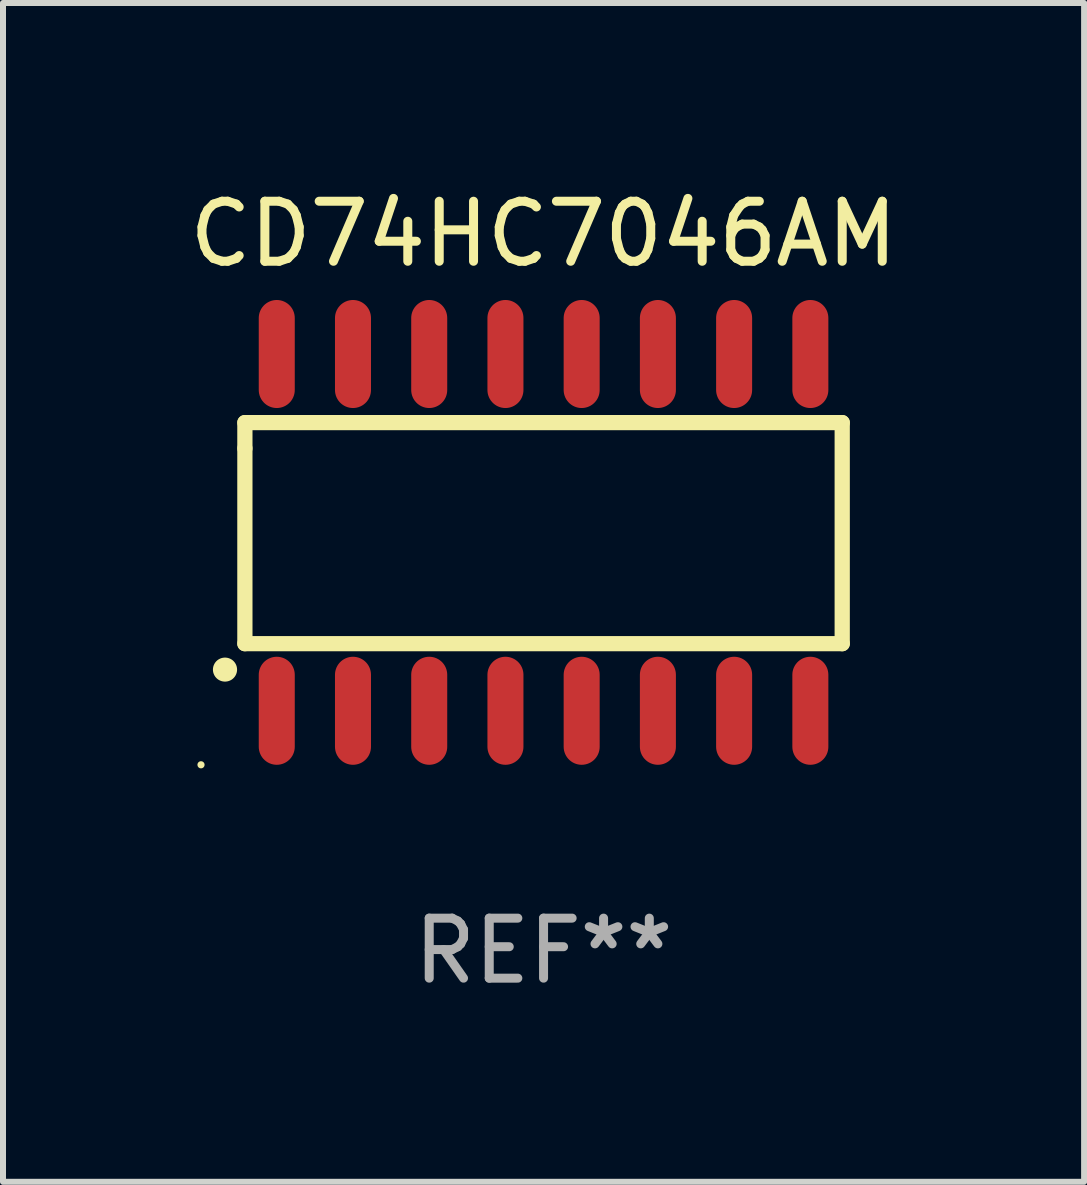
<source format=kicad_pcb>
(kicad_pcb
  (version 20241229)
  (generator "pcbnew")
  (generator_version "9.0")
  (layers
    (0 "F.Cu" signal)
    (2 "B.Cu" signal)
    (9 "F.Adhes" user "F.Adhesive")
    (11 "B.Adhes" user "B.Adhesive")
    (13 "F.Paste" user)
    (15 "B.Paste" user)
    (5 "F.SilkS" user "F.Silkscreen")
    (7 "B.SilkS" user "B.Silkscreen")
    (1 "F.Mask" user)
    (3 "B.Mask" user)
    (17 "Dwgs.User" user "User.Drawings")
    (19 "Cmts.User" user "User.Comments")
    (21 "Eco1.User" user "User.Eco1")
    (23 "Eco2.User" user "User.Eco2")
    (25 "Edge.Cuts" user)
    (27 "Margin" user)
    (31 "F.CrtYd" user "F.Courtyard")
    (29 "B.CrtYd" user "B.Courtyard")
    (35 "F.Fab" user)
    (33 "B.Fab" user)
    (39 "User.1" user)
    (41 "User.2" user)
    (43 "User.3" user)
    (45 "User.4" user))
  (footprint "CD74HC7046AM"
    (layer "F.Cu")
    (at 6.006 5.82)
    (property "Reference" "CD74HC7046AM" (at 0 -4.972 0) (layer "F.SilkS") (effects (font (size 1 1) (thickness 0.15))))
    (attr through_hole)
    (fp_line (start -4.976 -1.829) (end -4.976 -1.4) (stroke (width 0.254) (type solid)) (layer "F.SilkS"))
    (fp_line (start -4.976 -1.4) (end -4.976 1.854) (stroke (width 0.254) (type solid)) (layer "F.SilkS"))
    (fp_line (start -4.976 1.854) (end 4.976 1.854) (stroke (width 0.254) (type solid)) (layer "F.SilkS"))
    (fp_line (start 4.976 -1.829) (end -4.976 -1.829) (stroke (width 0.254) (type solid)) (layer "F.SilkS"))
    (fp_line (start 4.976 1.854) (end 4.976 -1.829) (stroke (width 0.254) (type solid)) (layer "F.SilkS"))
    (fp_arc (start -5.308611 2.286005) (mid -5.307341 2.286001) (end -5.306071 2.286005) (stroke (width 0.4) (type solid)) (layer "F.SilkS"))
    (fp_circle (center -5.707 3.872) (end -5.677 3.872) (stroke (width 0.06) (type solid)) (fill no) (layer "F.SilkS"))
    (fp_text user "REF**" (at 0 6.972 0) (layer "F.Fab") (effects (font (size 1 1) (thickness 0.15))))
    (pad "1" smd oval (at -4.445 2.972 180) (size 0.6 1.8) (layers "F.Cu" "F.Mask" "F.Paste"))
    (pad "2" smd oval (at -3.175 2.972 180) (size 0.6 1.8) (layers "F.Cu" "F.Mask" "F.Paste"))
    (pad "3" smd oval (at -1.905 2.972 180) (size 0.6 1.8) (layers "F.Cu" "F.Mask" "F.Paste"))
    (pad "4" smd oval (at -0.635 2.972 180) (size 0.6 1.8) (layers "F.Cu" "F.Mask" "F.Paste"))
    (pad "5" smd oval (at 0.635 2.972 180) (size 0.6 1.8) (layers "F.Cu" "F.Mask" "F.Paste"))
    (pad "6" smd oval (at 1.905 2.972 180) (size 0.6 1.8) (layers "F.Cu" "F.Mask" "F.Paste"))
    (pad "7" smd oval (at 3.175 2.972 180) (size 0.6 1.8) (layers "F.Cu" "F.Mask" "F.Paste"))
    (pad "8" smd oval (at 4.445 2.972 180) (size 0.6 1.8) (layers "F.Cu" "F.Mask" "F.Paste"))
    (pad "9" smd oval (at 4.445 -2.972 180) (size 0.6 1.8) (layers "F.Cu" "F.Mask" "F.Paste"))
    (pad "10" smd oval (at 3.175 -2.972 180) (size 0.6 1.8) (layers "F.Cu" "F.Mask" "F.Paste"))
    (pad "11" smd oval (at 1.905 -2.972 180) (size 0.6 1.8) (layers "F.Cu" "F.Mask" "F.Paste"))
    (pad "12" smd oval (at 0.635 -2.972 180) (size 0.6 1.8) (layers "F.Cu" "F.Mask" "F.Paste"))
    (pad "13" smd oval (at -0.635 -2.972 180) (size 0.6 1.8) (layers "F.Cu" "F.Mask" "F.Paste"))
    (pad "14" smd oval (at -1.905 -2.972 180) (size 0.6 1.8) (layers "F.Cu" "F.Mask" "F.Paste"))
    (pad "15" smd oval (at -3.175 -2.972 180) (size 0.6 1.8) (layers "F.Cu" "F.Mask" "F.Paste"))
    (pad "16" smd oval (at -4.445 -2.972 180) (size 0.6 1.8) (layers "F.Cu" "F.Mask" "F.Paste")))
  (gr_rect
    (start -3 -3)
    (end 15.012 16.64)
    (stroke (width 0.1) (type default))
    (fill no)
    (layer "Edge.Cuts")))
</source>
